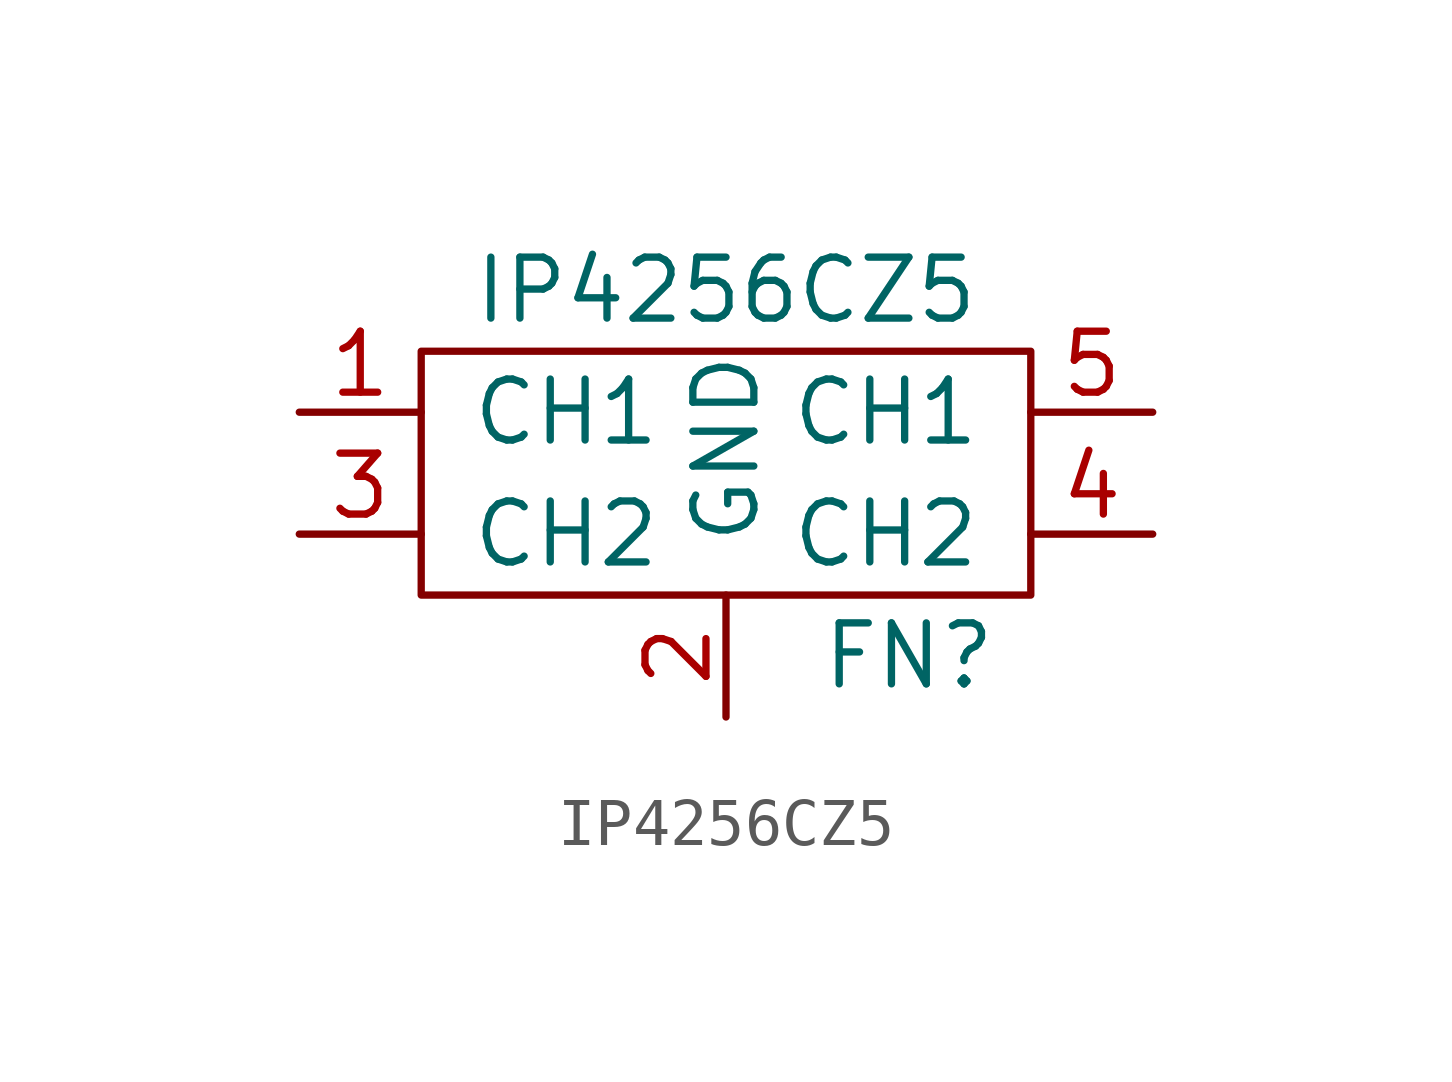
<source format=kicad_sym>
(kicad_symbol_lib
  (version 20241209)
  (generator "kicad_symbol_editor")
  (generator_version "9.0")
  (symbol "IP4256CZ5"
    (pin_names
      (offset 1.016))
    (property "Reference" "FN"
      (at 3.81 -3.81 0)
      (effects (font (size 1.27 1.27))))
    (property "Value" "IP4256CZ5"
      (at 0 3.81 0)
      (effects (font (size 1.27 1.27))))
    (symbol "IP4256CZ5_0_1"
      (rectangle (start -6.35 2.54) (end 6.35 -2.54) (stroke (width 0) (type solid)) (fill (type none))))
    (symbol "IP4256CZ5_1_1"
      (pin passive line (at -8.89 1.27 0) (length 2.54) (name "CH1" (effects (font (size 1.27 1.27)))) (number "1" (effects (font (size 1.27 1.27)))))
      (pin passive line (at -8.89 -1.27 0) (length 2.54) (name "CH2" (effects (font (size 1.27 1.27)))) (number "3" (effects (font (size 1.27 1.27)))))
      (pin passive line (at 0 -5.08 90) (length 2.54) (name "GND" (effects (font (size 1.27 1.27)))) (number "2" (effects (font (size 1.27 1.27)))))
      (pin passive line (at 8.89 1.27 180) (length 2.54) (name "CH1" (effects (font (size 1.27 1.27)))) (number "5" (effects (font (size 1.27 1.27)))))
      (pin passive line (at 8.89 -1.27 180) (length 2.54) (name "CH2" (effects (font (size 1.27 1.27)))) (number "4" (effects (font (size 1.27 1.27))))))))
</source>
